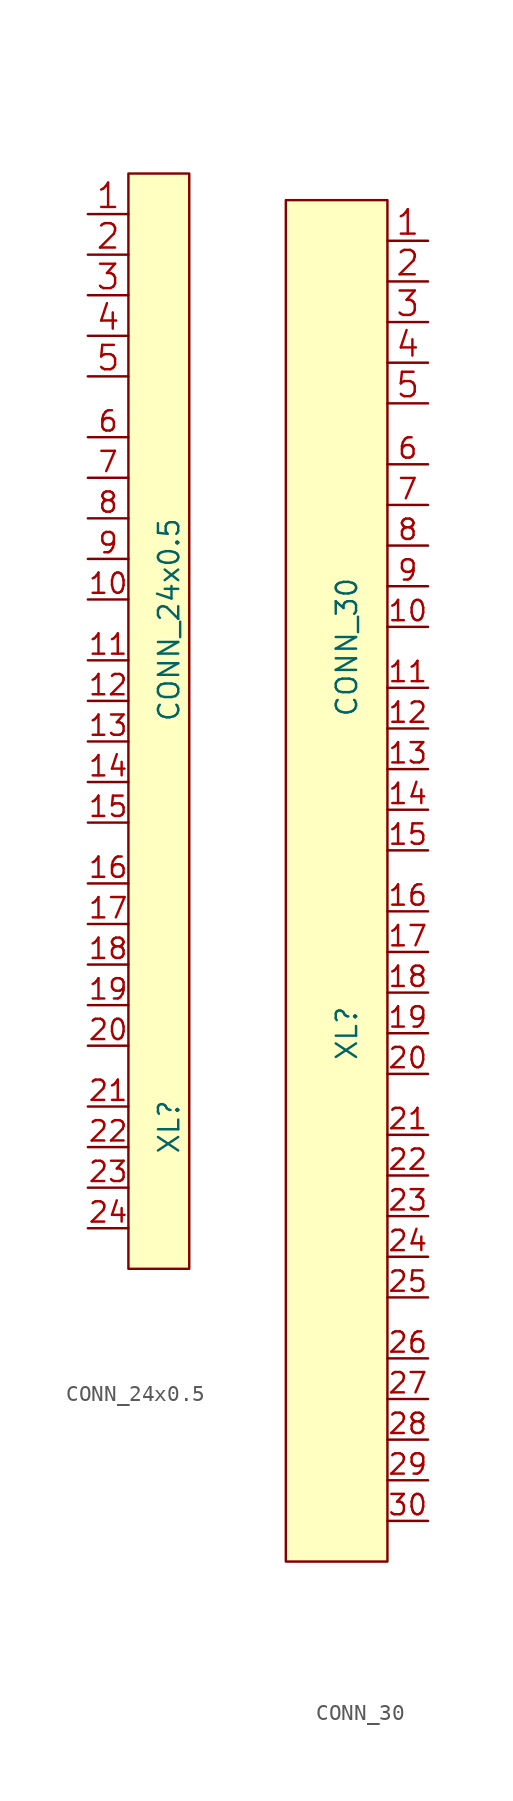
<source format=kicad_sym>
(kicad_symbol_lib
  (version 20201005)
  (generator kicad_symbol_editor)
  (symbol "Connectors_kl:CONN_24x0.5"
    (pin_names
      (offset 1.016))
    (property "Reference" "XL"
      (at 1.27 -26.67 90)
      (effects (font (size 1.27 1.27))))
    (property "Value" "CONN_24x0.5"
      (at 1.27 5.08 90)
      (effects (font (size 1.27 1.27))))
    (property "Footprint" ""
      (at 0 0 0)
      (effects (font (size 1.524 1.524))))
    (property "Datasheet" ""
      (at 0 0 0)
      (effects (font (size 1.524 1.524))))
    (symbol "CONN_24x0.5_0_1"
      (rectangle (start -1.27 33.02) (end 2.54 -35.56) (stroke (width 0)) (fill (type background))))
    (symbol "CONN_24x0.5_1_1"
      (pin passive line (at -3.81 30.48 0) (length 2.54) (name "~" (effects (font (size 1.524 1.524)))) (number "1" (effects (font (size 1.524 1.524)))))
      (pin input line (at -3.81 6.35 0) (length 2.54) (name "~" (effects (font (size 1.27 1.27)))) (number "10" (effects (font (size 1.27 1.27)))))
      (pin input line (at -3.81 2.54 0) (length 2.54) (name "~" (effects (font (size 1.27 1.27)))) (number "11" (effects (font (size 1.27 1.27)))))
      (pin input line (at -3.81 0 0) (length 2.54) (name "~" (effects (font (size 1.27 1.27)))) (number "12" (effects (font (size 1.27 1.27)))))
      (pin input line (at -3.81 -2.54 0) (length 2.54) (name "~" (effects (font (size 1.27 1.27)))) (number "13" (effects (font (size 1.27 1.27)))))
      (pin input line (at -3.81 -5.08 0) (length 2.54) (name "~" (effects (font (size 1.27 1.27)))) (number "14" (effects (font (size 1.27 1.27)))))
      (pin input line (at -3.81 -7.62 0) (length 2.54) (name "~" (effects (font (size 1.27 1.27)))) (number "15" (effects (font (size 1.27 1.27)))))
      (pin input line (at -3.81 -11.43 0) (length 2.54) (name "~" (effects (font (size 1.27 1.27)))) (number "16" (effects (font (size 1.27 1.27)))))
      (pin input line (at -3.81 -13.97 0) (length 2.54) (name "~" (effects (font (size 1.27 1.27)))) (number "17" (effects (font (size 1.27 1.27)))))
      (pin input line (at -3.81 -16.51 0) (length 2.54) (name "~" (effects (font (size 1.27 1.27)))) (number "18" (effects (font (size 1.27 1.27)))))
      (pin input line (at -3.81 -19.05 0) (length 2.54) (name "~" (effects (font (size 1.27 1.27)))) (number "19" (effects (font (size 1.27 1.27)))))
      (pin passive line (at -3.81 27.94 0) (length 2.54) (name "~" (effects (font (size 1.524 1.524)))) (number "2" (effects (font (size 1.524 1.524)))))
      (pin input line (at -3.81 -21.59 0) (length 2.54) (name "~" (effects (font (size 1.27 1.27)))) (number "20" (effects (font (size 1.27 1.27)))))
      (pin input line (at -3.81 -25.4 0) (length 2.54) (name "~" (effects (font (size 1.27 1.27)))) (number "21" (effects (font (size 1.27 1.27)))))
      (pin input line (at -3.81 -27.94 0) (length 2.54) (name "~" (effects (font (size 1.27 1.27)))) (number "22" (effects (font (size 1.27 1.27)))))
      (pin input line (at -3.81 -30.48 0) (length 2.54) (name "~" (effects (font (size 1.27 1.27)))) (number "23" (effects (font (size 1.27 1.27)))))
      (pin input line (at -3.81 -33.02 0) (length 2.54) (name "~" (effects (font (size 1.27 1.27)))) (number "24" (effects (font (size 1.27 1.27)))))
      (pin passive line (at -3.81 25.4 0) (length 2.54) (name "~" (effects (font (size 1.524 1.524)))) (number "3" (effects (font (size 1.524 1.524)))))
      (pin passive line (at -3.81 22.86 0) (length 2.54) (name "~" (effects (font (size 1.524 1.524)))) (number "4" (effects (font (size 1.524 1.524)))))
      (pin passive line (at -3.81 20.32 0) (length 2.54) (name "~" (effects (font (size 1.524 1.524)))) (number "5" (effects (font (size 1.524 1.524)))))
      (pin input line (at -3.81 16.51 0) (length 2.54) (name "~" (effects (font (size 1.27 1.27)))) (number "6" (effects (font (size 1.27 1.27)))))
      (pin input line (at -3.81 13.97 0) (length 2.54) (name "~" (effects (font (size 1.27 1.27)))) (number "7" (effects (font (size 1.27 1.27)))))
      (pin input line (at -3.81 11.43 0) (length 2.54) (name "~" (effects (font (size 1.27 1.27)))) (number "8" (effects (font (size 1.27 1.27)))))
      (pin input line (at -3.81 8.89 0) (length 2.54) (name "~" (effects (font (size 1.27 1.27)))) (number "9" (effects (font (size 1.27 1.27)))))))
  (symbol "Connectors_kl:CONN_30"
    (pin_names
      (offset 1.016))
    (property "Reference" "XL"
      (at -1.27 -24.13 90)
      (effects (font (size 1.27 1.27))))
    (property "Value" "CONN_30"
      (at -1.27 0 90)
      (effects (font (size 1.27 1.27))))
    (property "Footprint" ""
      (at 0 0 0)
      (effects (font (size 1.524 1.524))))
    (property "Datasheet" ""
      (at 0 0 0)
      (effects (font (size 1.524 1.524))))
    (symbol "CONN_30_0_1"
      (rectangle (start 1.27 27.94) (end -5.08 -57.15) (stroke (width 0)) (fill (type background))))
    (symbol "CONN_30_1_1"
      (pin passive line (at 3.81 25.4 180) (length 2.54) (name "~" (effects (font (size 1.524 1.524)))) (number "1" (effects (font (size 1.524 1.524)))))
      (pin input line (at 3.81 1.27 180) (length 2.54) (name "~" (effects (font (size 1.27 1.27)))) (number "10" (effects (font (size 1.27 1.27)))))
      (pin input line (at 3.81 -2.54 180) (length 2.54) (name "~" (effects (font (size 1.27 1.27)))) (number "11" (effects (font (size 1.27 1.27)))))
      (pin input line (at 3.81 -5.08 180) (length 2.54) (name "~" (effects (font (size 1.27 1.27)))) (number "12" (effects (font (size 1.27 1.27)))))
      (pin input line (at 3.81 -7.62 180) (length 2.54) (name "~" (effects (font (size 1.27 1.27)))) (number "13" (effects (font (size 1.27 1.27)))))
      (pin input line (at 3.81 -10.16 180) (length 2.54) (name "~" (effects (font (size 1.27 1.27)))) (number "14" (effects (font (size 1.27 1.27)))))
      (pin input line (at 3.81 -12.7 180) (length 2.54) (name "~" (effects (font (size 1.27 1.27)))) (number "15" (effects (font (size 1.27 1.27)))))
      (pin input line (at 3.81 -16.51 180) (length 2.54) (name "~" (effects (font (size 1.27 1.27)))) (number "16" (effects (font (size 1.27 1.27)))))
      (pin input line (at 3.81 -19.05 180) (length 2.54) (name "~" (effects (font (size 1.27 1.27)))) (number "17" (effects (font (size 1.27 1.27)))))
      (pin input line (at 3.81 -21.59 180) (length 2.54) (name "~" (effects (font (size 1.27 1.27)))) (number "18" (effects (font (size 1.27 1.27)))))
      (pin input line (at 3.81 -24.13 180) (length 2.54) (name "~" (effects (font (size 1.27 1.27)))) (number "19" (effects (font (size 1.27 1.27)))))
      (pin passive line (at 3.81 22.86 180) (length 2.54) (name "~" (effects (font (size 1.524 1.524)))) (number "2" (effects (font (size 1.524 1.524)))))
      (pin input line (at 3.81 -26.67 180) (length 2.54) (name "~" (effects (font (size 1.27 1.27)))) (number "20" (effects (font (size 1.27 1.27)))))
      (pin input line (at 3.81 -30.48 180) (length 2.54) (name "~" (effects (font (size 1.27 1.27)))) (number "21" (effects (font (size 1.27 1.27)))))
      (pin input line (at 3.81 -33.02 180) (length 2.54) (name "~" (effects (font (size 1.27 1.27)))) (number "22" (effects (font (size 1.27 1.27)))))
      (pin input line (at 3.81 -35.56 180) (length 2.54) (name "~" (effects (font (size 1.27 1.27)))) (number "23" (effects (font (size 1.27 1.27)))))
      (pin input line (at 3.81 -38.1 180) (length 2.54) (name "~" (effects (font (size 1.27 1.27)))) (number "24" (effects (font (size 1.27 1.27)))))
      (pin input line (at 3.81 -40.64 180) (length 2.54) (name "~" (effects (font (size 1.27 1.27)))) (number "25" (effects (font (size 1.27 1.27)))))
      (pin input line (at 3.81 -44.45 180) (length 2.54) (name "~" (effects (font (size 1.27 1.27)))) (number "26" (effects (font (size 1.27 1.27)))))
      (pin input line (at 3.81 -46.99 180) (length 2.54) (name "~" (effects (font (size 1.27 1.27)))) (number "27" (effects (font (size 1.27 1.27)))))
      (pin input line (at 3.81 -49.53 180) (length 2.54) (name "~" (effects (font (size 1.27 1.27)))) (number "28" (effects (font (size 1.27 1.27)))))
      (pin input line (at 3.81 -52.07 180) (length 2.54) (name "~" (effects (font (size 1.27 1.27)))) (number "29" (effects (font (size 1.27 1.27)))))
      (pin passive line (at 3.81 20.32 180) (length 2.54) (name "~" (effects (font (size 1.524 1.524)))) (number "3" (effects (font (size 1.524 1.524)))))
      (pin input line (at 3.81 -54.61 180) (length 2.54) (name "~" (effects (font (size 1.27 1.27)))) (number "30" (effects (font (size 1.27 1.27)))))
      (pin passive line (at 3.81 17.78 180) (length 2.54) (name "~" (effects (font (size 1.524 1.524)))) (number "4" (effects (font (size 1.524 1.524)))))
      (pin passive line (at 3.81 15.24 180) (length 2.54) (name "~" (effects (font (size 1.524 1.524)))) (number "5" (effects (font (size 1.524 1.524)))))
      (pin input line (at 3.81 11.43 180) (length 2.54) (name "~" (effects (font (size 1.27 1.27)))) (number "6" (effects (font (size 1.27 1.27)))))
      (pin input line (at 3.81 8.89 180) (length 2.54) (name "~" (effects (font (size 1.27 1.27)))) (number "7" (effects (font (size 1.27 1.27)))))
      (pin input line (at 3.81 6.35 180) (length 2.54) (name "~" (effects (font (size 1.27 1.27)))) (number "8" (effects (font (size 1.27 1.27)))))
      (pin input line (at 3.81 3.81 180) (length 2.54) (name "~" (effects (font (size 1.27 1.27)))) (number "9" (effects (font (size 1.27 1.27))))))))
</source>
